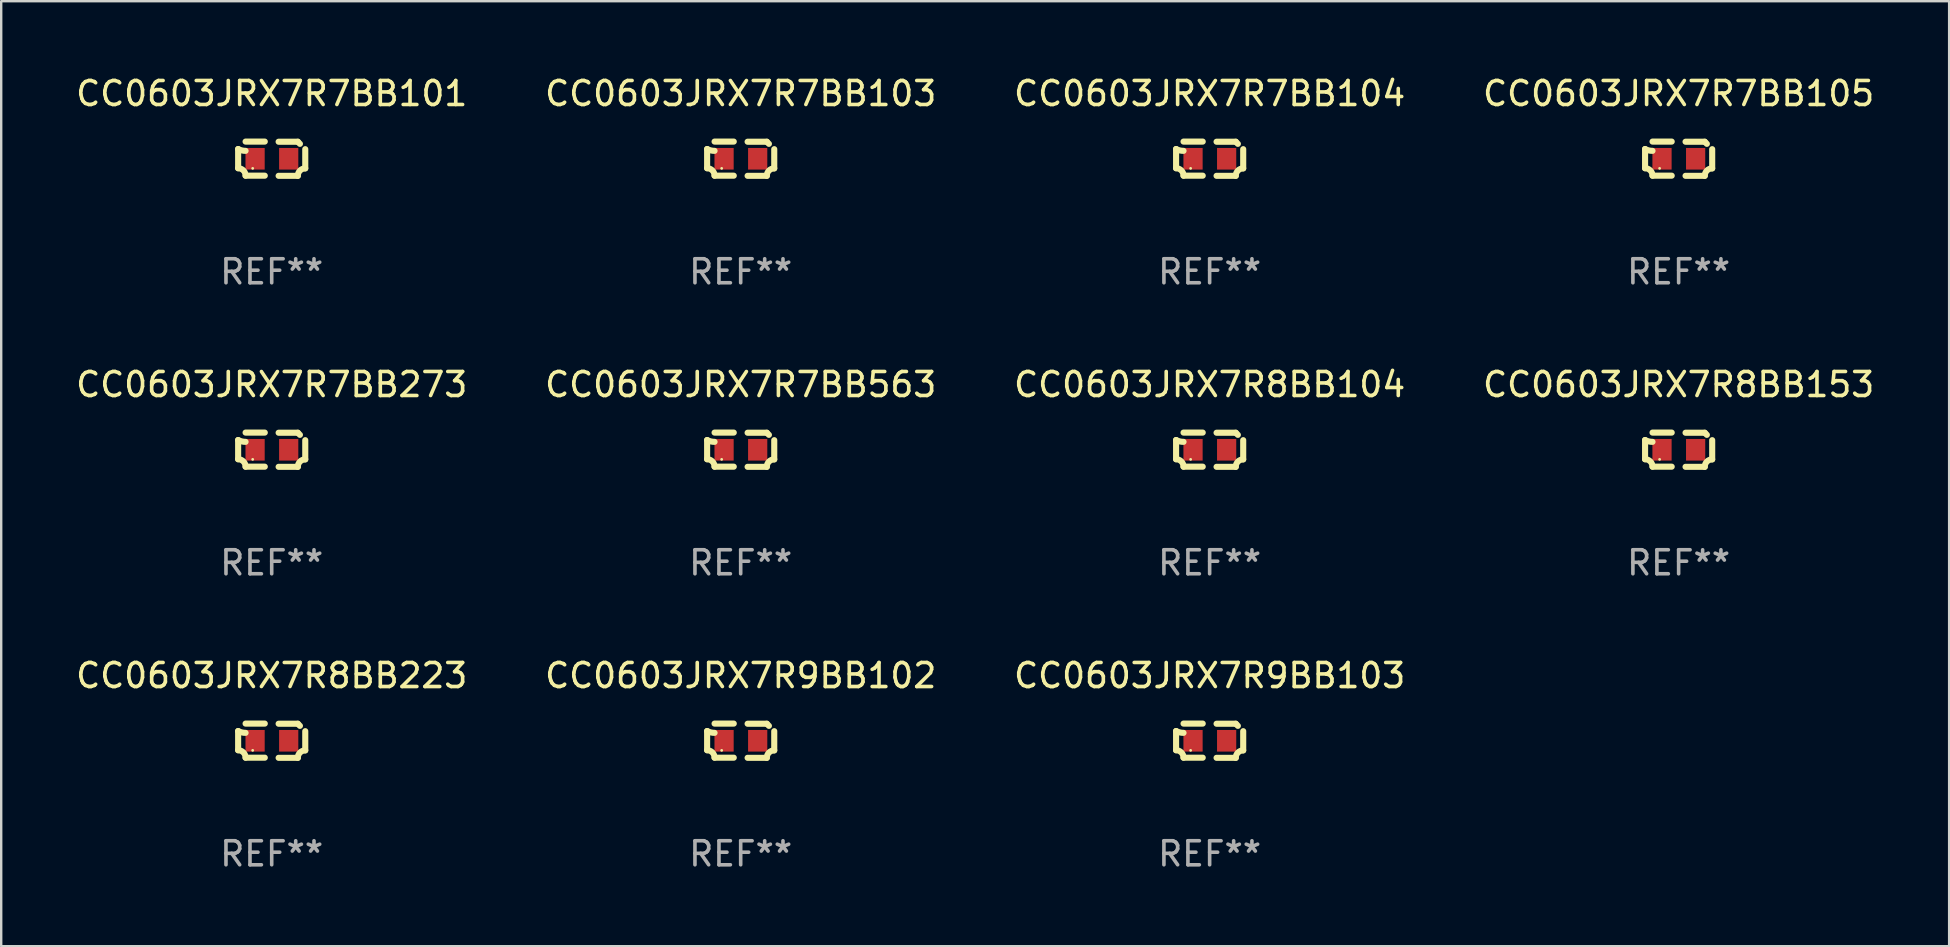
<source format=kicad_pcb>
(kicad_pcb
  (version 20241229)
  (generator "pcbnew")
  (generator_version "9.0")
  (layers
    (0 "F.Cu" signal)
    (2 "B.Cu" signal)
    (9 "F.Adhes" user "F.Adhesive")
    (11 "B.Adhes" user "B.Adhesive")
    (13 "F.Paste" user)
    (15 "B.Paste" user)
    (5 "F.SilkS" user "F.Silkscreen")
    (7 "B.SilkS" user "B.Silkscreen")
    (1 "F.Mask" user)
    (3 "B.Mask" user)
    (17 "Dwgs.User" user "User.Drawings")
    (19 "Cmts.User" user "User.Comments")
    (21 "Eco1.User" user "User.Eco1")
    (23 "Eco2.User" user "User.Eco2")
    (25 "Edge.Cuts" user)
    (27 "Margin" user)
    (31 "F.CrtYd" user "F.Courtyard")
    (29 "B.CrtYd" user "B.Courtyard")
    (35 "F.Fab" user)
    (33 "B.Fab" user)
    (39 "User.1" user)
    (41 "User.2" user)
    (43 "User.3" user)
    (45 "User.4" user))
  (footprint "CC0603JRX7R8BB223"
    (layer "F.Cu")
    (at 8.268 27.805)
    (property "Reference" "CC0603JRX7R8BB223" (at 0 -2.713 0) (layer "F.SilkS") (effects (font (size 1 1) (thickness 0.15))))
    (attr through_hole)
    (fp_line (start -1.398 -0.403) (end -1.398 0.397) (stroke (width 0.254) (type solid)) (layer "F.SilkS"))
    (fp_line (start -0.288 -0.713) (end -1.088 -0.713) (stroke (width 0.254) (type solid)) (layer "F.SilkS"))
    (fp_line (start -0.288 0.707) (end -1.088 0.707) (stroke (width 0.254) (type solid)) (layer "F.SilkS"))
    (fp_line (start 0.288 -0.707) (end 1.088 -0.707) (stroke (width 0.254) (type solid)) (layer "F.SilkS"))
    (fp_line (start 0.288 0.713) (end 1.088 0.713) (stroke (width 0.254) (type solid)) (layer "F.SilkS"))
    (fp_line (start 1.398 -0.397) (end 1.398 0.403) (stroke (width 0.254) (type solid)) (layer "F.SilkS"))
    (fp_arc (start -1.397789 0.397066) (mid -1.178701 0.487826) (end -1.08796 0.706922) (stroke (width 0.254001) (type solid)) (layer "F.SilkS"))
    (fp_arc (start -1.08796 -0.327176) (mid -1.247436 -0.346384) (end -1.39779 -0.402908) (stroke (width 0.254001) (type solid)) (layer "F.SilkS"))
    (fp_arc (start 1.087909 0.712738) (mid 1.178656 0.493655) (end 1.397739 0.402908) (stroke (width 0.254001) (type solid)) (layer "F.SilkS"))
    (fp_arc (start 1.175925 -0.618926) (mid 1.131917 -0.662923) (end 1.08791 -0.706922) (stroke (width 0.254001) (type solid)) (layer "F.SilkS"))
    (fp_circle (center -0.792 0.403) (end -0.762 0.403) (stroke (width 0.06) (type solid)) (fill no) (layer "F.SilkS"))
    (fp_text user "REF**" (at 0 4.713 0) (layer "F.Fab") (effects (font (size 1 1) (thickness 0.15))))
    (pad "1" smd rect (at -0.692 0.003) (size 0.8 0.9) (layers "F.Cu" "F.Mask" "F.Paste"))
    (pad "2" smd rect (at 0.708 0.003) (size 0.8 0.9) (layers "F.Cu" "F.Mask" "F.Paste")))
  (footprint "CC0603JRX7R8BB104"
    (layer "F.Cu")
    (at 47.339 15.683)
    (property "Reference" "CC0603JRX7R8BB104" (at 0 -2.713 0) (layer "F.SilkS") (effects (font (size 1 1) (thickness 0.15))))
    (attr through_hole)
    (fp_line (start -1.398 -0.403) (end -1.398 0.397) (stroke (width 0.254) (type solid)) (layer "F.SilkS"))
    (fp_line (start -0.288 -0.713) (end -1.088 -0.713) (stroke (width 0.254) (type solid)) (layer "F.SilkS"))
    (fp_line (start -0.288 0.707) (end -1.088 0.707) (stroke (width 0.254) (type solid)) (layer "F.SilkS"))
    (fp_line (start 0.288 -0.707) (end 1.088 -0.707) (stroke (width 0.254) (type solid)) (layer "F.SilkS"))
    (fp_line (start 0.288 0.713) (end 1.088 0.713) (stroke (width 0.254) (type solid)) (layer "F.SilkS"))
    (fp_line (start 1.398 -0.397) (end 1.398 0.403) (stroke (width 0.254) (type solid)) (layer "F.SilkS"))
    (fp_arc (start -1.397789 0.397066) (mid -1.178701 0.487826) (end -1.08796 0.706922) (stroke (width 0.254001) (type solid)) (layer "F.SilkS"))
    (fp_arc (start -1.08796 -0.327176) (mid -1.247436 -0.346384) (end -1.39779 -0.402908) (stroke (width 0.254001) (type solid)) (layer "F.SilkS"))
    (fp_arc (start 1.087909 0.712738) (mid 1.178656 0.493655) (end 1.397739 0.402908) (stroke (width 0.254001) (type solid)) (layer "F.SilkS"))
    (fp_arc (start 1.175925 -0.618926) (mid 1.131917 -0.662923) (end 1.08791 -0.706922) (stroke (width 0.254001) (type solid)) (layer "F.SilkS"))
    (fp_circle (center -0.792 0.403) (end -0.762 0.403) (stroke (width 0.06) (type solid)) (fill no) (layer "F.SilkS"))
    (fp_text user "REF**" (at 0 4.713 0) (layer "F.Fab") (effects (font (size 1 1) (thickness 0.15))))
    (pad "1" smd rect (at -0.692 0.003) (size 0.8 0.9) (layers "F.Cu" "F.Mask" "F.Paste"))
    (pad "2" smd rect (at 0.708 0.003) (size 0.8 0.9) (layers "F.Cu" "F.Mask" "F.Paste")))
  (footprint "CC0603JRX7R7BB103"
    (layer "F.Cu")
    (at 27.804 3.561)
    (property "Reference" "CC0603JRX7R7BB103" (at 0 -2.713 0) (layer "F.SilkS") (effects (font (size 1 1) (thickness 0.15))))
    (attr through_hole)
    (fp_line (start -1.398 -0.403) (end -1.398 0.397) (stroke (width 0.254) (type solid)) (layer "F.SilkS"))
    (fp_line (start -0.288 -0.713) (end -1.088 -0.713) (stroke (width 0.254) (type solid)) (layer "F.SilkS"))
    (fp_line (start -0.288 0.707) (end -1.088 0.707) (stroke (width 0.254) (type solid)) (layer "F.SilkS"))
    (fp_line (start 0.288 -0.707) (end 1.088 -0.707) (stroke (width 0.254) (type solid)) (layer "F.SilkS"))
    (fp_line (start 0.288 0.713) (end 1.088 0.713) (stroke (width 0.254) (type solid)) (layer "F.SilkS"))
    (fp_line (start 1.398 -0.397) (end 1.398 0.403) (stroke (width 0.254) (type solid)) (layer "F.SilkS"))
    (fp_arc (start -1.397789 0.397066) (mid -1.178701 0.487826) (end -1.08796 0.706922) (stroke (width 0.254001) (type solid)) (layer "F.SilkS"))
    (fp_arc (start -1.08796 -0.327176) (mid -1.247436 -0.346384) (end -1.39779 -0.402908) (stroke (width 0.254001) (type solid)) (layer "F.SilkS"))
    (fp_arc (start 1.087909 0.712738) (mid 1.178656 0.493655) (end 1.397739 0.402908) (stroke (width 0.254001) (type solid)) (layer "F.SilkS"))
    (fp_arc (start 1.175925 -0.618926) (mid 1.131917 -0.662923) (end 1.08791 -0.706922) (stroke (width 0.254001) (type solid)) (layer "F.SilkS"))
    (fp_circle (center -0.792 0.403) (end -0.762 0.403) (stroke (width 0.06) (type solid)) (fill no) (layer "F.SilkS"))
    (fp_text user "REF**" (at 0 4.713 0) (layer "F.Fab") (effects (font (size 1 1) (thickness 0.15))))
    (pad "1" smd rect (at -0.692 0.003) (size 0.8 0.9) (layers "F.Cu" "F.Mask" "F.Paste"))
    (pad "2" smd rect (at 0.708 0.003) (size 0.8 0.9) (layers "F.Cu" "F.Mask" "F.Paste")))
  (footprint "CC0603JRX7R7BB104"
    (layer "F.Cu")
    (at 47.339 3.561)
    (property "Reference" "CC0603JRX7R7BB104" (at 0 -2.713 0) (layer "F.SilkS") (effects (font (size 1 1) (thickness 0.15))))
    (attr through_hole)
    (fp_line (start -1.398 -0.403) (end -1.398 0.397) (stroke (width 0.254) (type solid)) (layer "F.SilkS"))
    (fp_line (start -0.288 -0.713) (end -1.088 -0.713) (stroke (width 0.254) (type solid)) (layer "F.SilkS"))
    (fp_line (start -0.288 0.707) (end -1.088 0.707) (stroke (width 0.254) (type solid)) (layer "F.SilkS"))
    (fp_line (start 0.288 -0.707) (end 1.088 -0.707) (stroke (width 0.254) (type solid)) (layer "F.SilkS"))
    (fp_line (start 0.288 0.713) (end 1.088 0.713) (stroke (width 0.254) (type solid)) (layer "F.SilkS"))
    (fp_line (start 1.398 -0.397) (end 1.398 0.403) (stroke (width 0.254) (type solid)) (layer "F.SilkS"))
    (fp_arc (start -1.397789 0.397066) (mid -1.178701 0.487826) (end -1.08796 0.706922) (stroke (width 0.254001) (type solid)) (layer "F.SilkS"))
    (fp_arc (start -1.08796 -0.327176) (mid -1.247436 -0.346384) (end -1.39779 -0.402908) (stroke (width 0.254001) (type solid)) (layer "F.SilkS"))
    (fp_arc (start 1.087909 0.712738) (mid 1.178656 0.493655) (end 1.397739 0.402908) (stroke (width 0.254001) (type solid)) (layer "F.SilkS"))
    (fp_arc (start 1.175925 -0.618926) (mid 1.131917 -0.662923) (end 1.08791 -0.706922) (stroke (width 0.254001) (type solid)) (layer "F.SilkS"))
    (fp_circle (center -0.792 0.403) (end -0.762 0.403) (stroke (width 0.06) (type solid)) (fill no) (layer "F.SilkS"))
    (fp_text user "REF**" (at 0 4.713 0) (layer "F.Fab") (effects (font (size 1 1) (thickness 0.15))))
    (pad "1" smd rect (at -0.692 0.003) (size 0.8 0.9) (layers "F.Cu" "F.Mask" "F.Paste"))
    (pad "2" smd rect (at 0.708 0.003) (size 0.8 0.9) (layers "F.Cu" "F.Mask" "F.Paste")))
  (footprint "CC0603JRX7R9BB103"
    (layer "F.Cu")
    (at 47.339 27.805)
    (property "Reference" "CC0603JRX7R9BB103" (at 0 -2.713 0) (layer "F.SilkS") (effects (font (size 1 1) (thickness 0.15))))
    (attr through_hole)
    (fp_line (start -1.398 -0.403) (end -1.398 0.397) (stroke (width 0.254) (type solid)) (layer "F.SilkS"))
    (fp_line (start -0.288 -0.713) (end -1.088 -0.713) (stroke (width 0.254) (type solid)) (layer "F.SilkS"))
    (fp_line (start -0.288 0.707) (end -1.088 0.707) (stroke (width 0.254) (type solid)) (layer "F.SilkS"))
    (fp_line (start 0.288 -0.707) (end 1.088 -0.707) (stroke (width 0.254) (type solid)) (layer "F.SilkS"))
    (fp_line (start 0.288 0.713) (end 1.088 0.713) (stroke (width 0.254) (type solid)) (layer "F.SilkS"))
    (fp_line (start 1.398 -0.397) (end 1.398 0.403) (stroke (width 0.254) (type solid)) (layer "F.SilkS"))
    (fp_arc (start -1.397789 0.397066) (mid -1.178701 0.487826) (end -1.08796 0.706922) (stroke (width 0.254001) (type solid)) (layer "F.SilkS"))
    (fp_arc (start -1.08796 -0.327176) (mid -1.247436 -0.346384) (end -1.39779 -0.402908) (stroke (width 0.254001) (type solid)) (layer "F.SilkS"))
    (fp_arc (start 1.087909 0.712738) (mid 1.178656 0.493655) (end 1.397739 0.402908) (stroke (width 0.254001) (type solid)) (layer "F.SilkS"))
    (fp_arc (start 1.175925 -0.618926) (mid 1.131917 -0.662923) (end 1.08791 -0.706922) (stroke (width 0.254001) (type solid)) (layer "F.SilkS"))
    (fp_circle (center -0.792 0.403) (end -0.762 0.403) (stroke (width 0.06) (type solid)) (fill no) (layer "F.SilkS"))
    (fp_text user "REF**" (at 0 4.713 0) (layer "F.Fab") (effects (font (size 1 1) (thickness 0.15))))
    (pad "1" smd rect (at -0.692 0.003) (size 0.8 0.9) (layers "F.Cu" "F.Mask" "F.Paste"))
    (pad "2" smd rect (at 0.708 0.003) (size 0.8 0.9) (layers "F.Cu" "F.Mask" "F.Paste")))
  (footprint "CC0603JRX7R7BB563"
    (layer "F.Cu")
    (at 27.804 15.683)
    (property "Reference" "CC0603JRX7R7BB563" (at 0 -2.713 0) (layer "F.SilkS") (effects (font (size 1 1) (thickness 0.15))))
    (attr through_hole)
    (fp_line (start -1.398 -0.403) (end -1.398 0.397) (stroke (width 0.254) (type solid)) (layer "F.SilkS"))
    (fp_line (start -0.288 -0.713) (end -1.088 -0.713) (stroke (width 0.254) (type solid)) (layer "F.SilkS"))
    (fp_line (start -0.288 0.707) (end -1.088 0.707) (stroke (width 0.254) (type solid)) (layer "F.SilkS"))
    (fp_line (start 0.288 -0.707) (end 1.088 -0.707) (stroke (width 0.254) (type solid)) (layer "F.SilkS"))
    (fp_line (start 0.288 0.713) (end 1.088 0.713) (stroke (width 0.254) (type solid)) (layer "F.SilkS"))
    (fp_line (start 1.398 -0.397) (end 1.398 0.403) (stroke (width 0.254) (type solid)) (layer "F.SilkS"))
    (fp_arc (start -1.397789 0.397066) (mid -1.178701 0.487826) (end -1.08796 0.706922) (stroke (width 0.254001) (type solid)) (layer "F.SilkS"))
    (fp_arc (start -1.08796 -0.327176) (mid -1.247436 -0.346384) (end -1.39779 -0.402908) (stroke (width 0.254001) (type solid)) (layer "F.SilkS"))
    (fp_arc (start 1.087909 0.712738) (mid 1.178656 0.493655) (end 1.397739 0.402908) (stroke (width 0.254001) (type solid)) (layer "F.SilkS"))
    (fp_arc (start 1.175925 -0.618926) (mid 1.131917 -0.662923) (end 1.08791 -0.706922) (stroke (width 0.254001) (type solid)) (layer "F.SilkS"))
    (fp_circle (center -0.792 0.403) (end -0.762 0.403) (stroke (width 0.06) (type solid)) (fill no) (layer "F.SilkS"))
    (fp_text user "REF**" (at 0 4.713 0) (layer "F.Fab") (effects (font (size 1 1) (thickness 0.15))))
    (pad "1" smd rect (at -0.692 0.003) (size 0.8 0.9) (layers "F.Cu" "F.Mask" "F.Paste"))
    (pad "2" smd rect (at 0.708 0.003) (size 0.8 0.9) (layers "F.Cu" "F.Mask" "F.Paste")))
  (footprint "CC0603JRX7R8BB153"
    (layer "F.Cu")
    (at 66.875 15.683)
    (property "Reference" "CC0603JRX7R8BB153" (at 0 -2.713 0) (layer "F.SilkS") (effects (font (size 1 1) (thickness 0.15))))
    (attr through_hole)
    (fp_line (start -1.398 -0.403) (end -1.398 0.397) (stroke (width 0.254) (type solid)) (layer "F.SilkS"))
    (fp_line (start -0.288 -0.713) (end -1.088 -0.713) (stroke (width 0.254) (type solid)) (layer "F.SilkS"))
    (fp_line (start -0.288 0.707) (end -1.088 0.707) (stroke (width 0.254) (type solid)) (layer "F.SilkS"))
    (fp_line (start 0.288 -0.707) (end 1.088 -0.707) (stroke (width 0.254) (type solid)) (layer "F.SilkS"))
    (fp_line (start 0.288 0.713) (end 1.088 0.713) (stroke (width 0.254) (type solid)) (layer "F.SilkS"))
    (fp_line (start 1.398 -0.397) (end 1.398 0.403) (stroke (width 0.254) (type solid)) (layer "F.SilkS"))
    (fp_arc (start -1.397789 0.397066) (mid -1.178701 0.487826) (end -1.08796 0.706922) (stroke (width 0.254001) (type solid)) (layer "F.SilkS"))
    (fp_arc (start -1.08796 -0.327176) (mid -1.247436 -0.346384) (end -1.39779 -0.402908) (stroke (width 0.254001) (type solid)) (layer "F.SilkS"))
    (fp_arc (start 1.087909 0.712738) (mid 1.178656 0.493655) (end 1.397739 0.402908) (stroke (width 0.254001) (type solid)) (layer "F.SilkS"))
    (fp_arc (start 1.175925 -0.618926) (mid 1.131917 -0.662923) (end 1.08791 -0.706922) (stroke (width 0.254001) (type solid)) (layer "F.SilkS"))
    (fp_circle (center -0.792 0.403) (end -0.762 0.403) (stroke (width 0.06) (type solid)) (fill no) (layer "F.SilkS"))
    (fp_text user "REF**" (at 0 4.713 0) (layer "F.Fab") (effects (font (size 1 1) (thickness 0.15))))
    (pad "1" smd rect (at -0.692 0.003) (size 0.8 0.9) (layers "F.Cu" "F.Mask" "F.Paste"))
    (pad "2" smd rect (at 0.708 0.003) (size 0.8 0.9) (layers "F.Cu" "F.Mask" "F.Paste")))
  (footprint "CC0603JRX7R7BB273"
    (layer "F.Cu")
    (at 8.268 15.683)
    (property "Reference" "CC0603JRX7R7BB273" (at 0 -2.713 0) (layer "F.SilkS") (effects (font (size 1 1) (thickness 0.15))))
    (attr through_hole)
    (fp_line (start -1.398 -0.403) (end -1.398 0.397) (stroke (width 0.254) (type solid)) (layer "F.SilkS"))
    (fp_line (start -0.288 -0.713) (end -1.088 -0.713) (stroke (width 0.254) (type solid)) (layer "F.SilkS"))
    (fp_line (start -0.288 0.707) (end -1.088 0.707) (stroke (width 0.254) (type solid)) (layer "F.SilkS"))
    (fp_line (start 0.288 -0.707) (end 1.088 -0.707) (stroke (width 0.254) (type solid)) (layer "F.SilkS"))
    (fp_line (start 0.288 0.713) (end 1.088 0.713) (stroke (width 0.254) (type solid)) (layer "F.SilkS"))
    (fp_line (start 1.398 -0.397) (end 1.398 0.403) (stroke (width 0.254) (type solid)) (layer "F.SilkS"))
    (fp_arc (start -1.397789 0.397066) (mid -1.178701 0.487826) (end -1.08796 0.706922) (stroke (width 0.254001) (type solid)) (layer "F.SilkS"))
    (fp_arc (start -1.08796 -0.327176) (mid -1.247436 -0.346384) (end -1.39779 -0.402908) (stroke (width 0.254001) (type solid)) (layer "F.SilkS"))
    (fp_arc (start 1.087909 0.712738) (mid 1.178656 0.493655) (end 1.397739 0.402908) (stroke (width 0.254001) (type solid)) (layer "F.SilkS"))
    (fp_arc (start 1.175925 -0.618926) (mid 1.131917 -0.662923) (end 1.08791 -0.706922) (stroke (width 0.254001) (type solid)) (layer "F.SilkS"))
    (fp_circle (center -0.792 0.403) (end -0.762 0.403) (stroke (width 0.06) (type solid)) (fill no) (layer "F.SilkS"))
    (fp_text user "REF**" (at 0 4.713 0) (layer "F.Fab") (effects (font (size 1 1) (thickness 0.15))))
    (pad "1" smd rect (at -0.692 0.003) (size 0.8 0.9) (layers "F.Cu" "F.Mask" "F.Paste"))
    (pad "2" smd rect (at 0.708 0.003) (size 0.8 0.9) (layers "F.Cu" "F.Mask" "F.Paste")))
  (footprint "CC0603JRX7R7BB101"
    (layer "F.Cu")
    (at 8.268 3.561)
    (property "Reference" "CC0603JRX7R7BB101" (at 0 -2.713 0) (layer "F.SilkS") (effects (font (size 1 1) (thickness 0.15))))
    (attr through_hole)
    (fp_line (start -1.398 -0.403) (end -1.398 0.397) (stroke (width 0.254) (type solid)) (layer "F.SilkS"))
    (fp_line (start -0.288 -0.713) (end -1.088 -0.713) (stroke (width 0.254) (type solid)) (layer "F.SilkS"))
    (fp_line (start -0.288 0.707) (end -1.088 0.707) (stroke (width 0.254) (type solid)) (layer "F.SilkS"))
    (fp_line (start 0.288 -0.707) (end 1.088 -0.707) (stroke (width 0.254) (type solid)) (layer "F.SilkS"))
    (fp_line (start 0.288 0.713) (end 1.088 0.713) (stroke (width 0.254) (type solid)) (layer "F.SilkS"))
    (fp_line (start 1.398 -0.397) (end 1.398 0.403) (stroke (width 0.254) (type solid)) (layer "F.SilkS"))
    (fp_arc (start -1.397789 0.397066) (mid -1.178701 0.487826) (end -1.08796 0.706922) (stroke (width 0.254001) (type solid)) (layer "F.SilkS"))
    (fp_arc (start -1.08796 -0.327176) (mid -1.247436 -0.346384) (end -1.39779 -0.402908) (stroke (width 0.254001) (type solid)) (layer "F.SilkS"))
    (fp_arc (start 1.087909 0.712738) (mid 1.178656 0.493655) (end 1.397739 0.402908) (stroke (width 0.254001) (type solid)) (layer "F.SilkS"))
    (fp_arc (start 1.175925 -0.618926) (mid 1.131917 -0.662923) (end 1.08791 -0.706922) (stroke (width 0.254001) (type solid)) (layer "F.SilkS"))
    (fp_circle (center -0.792 0.403) (end -0.762 0.403) (stroke (width 0.06) (type solid)) (fill no) (layer "F.SilkS"))
    (fp_text user "REF**" (at 0 4.713 0) (layer "F.Fab") (effects (font (size 1 1) (thickness 0.15))))
    (pad "1" smd rect (at -0.692 0.003) (size 0.8 0.9) (layers "F.Cu" "F.Mask" "F.Paste"))
    (pad "2" smd rect (at 0.708 0.003) (size 0.8 0.9) (layers "F.Cu" "F.Mask" "F.Paste")))
  (footprint "CC0603JRX7R9BB102"
    (layer "F.Cu")
    (at 27.804 27.805)
    (property "Reference" "CC0603JRX7R9BB102" (at 0 -2.713 0) (layer "F.SilkS") (effects (font (size 1 1) (thickness 0.15))))
    (attr through_hole)
    (fp_line (start -1.398 -0.403) (end -1.398 0.397) (stroke (width 0.254) (type solid)) (layer "F.SilkS"))
    (fp_line (start -0.288 -0.713) (end -1.088 -0.713) (stroke (width 0.254) (type solid)) (layer "F.SilkS"))
    (fp_line (start -0.288 0.707) (end -1.088 0.707) (stroke (width 0.254) (type solid)) (layer "F.SilkS"))
    (fp_line (start 0.288 -0.707) (end 1.088 -0.707) (stroke (width 0.254) (type solid)) (layer "F.SilkS"))
    (fp_line (start 0.288 0.713) (end 1.088 0.713) (stroke (width 0.254) (type solid)) (layer "F.SilkS"))
    (fp_line (start 1.398 -0.397) (end 1.398 0.403) (stroke (width 0.254) (type solid)) (layer "F.SilkS"))
    (fp_arc (start -1.397789 0.397066) (mid -1.178701 0.487826) (end -1.08796 0.706922) (stroke (width 0.254001) (type solid)) (layer "F.SilkS"))
    (fp_arc (start -1.08796 -0.327176) (mid -1.247436 -0.346384) (end -1.39779 -0.402908) (stroke (width 0.254001) (type solid)) (layer "F.SilkS"))
    (fp_arc (start 1.087909 0.712738) (mid 1.178656 0.493655) (end 1.397739 0.402908) (stroke (width 0.254001) (type solid)) (layer "F.SilkS"))
    (fp_arc (start 1.175925 -0.618926) (mid 1.131917 -0.662923) (end 1.08791 -0.706922) (stroke (width 0.254001) (type solid)) (layer "F.SilkS"))
    (fp_circle (center -0.792 0.403) (end -0.762 0.403) (stroke (width 0.06) (type solid)) (fill no) (layer "F.SilkS"))
    (fp_text user "REF**" (at 0 4.713 0) (layer "F.Fab") (effects (font (size 1 1) (thickness 0.15))))
    (pad "1" smd rect (at -0.692 0.003) (size 0.8 0.9) (layers "F.Cu" "F.Mask" "F.Paste"))
    (pad "2" smd rect (at 0.708 0.003) (size 0.8 0.9) (layers "F.Cu" "F.Mask" "F.Paste")))
  (footprint "CC0603JRX7R7BB105"
    (layer "F.Cu")
    (at 66.875 3.561)
    (property "Reference" "CC0603JRX7R7BB105" (at 0 -2.713 0) (layer "F.SilkS") (effects (font (size 1 1) (thickness 0.15))))
    (attr through_hole)
    (fp_line (start -1.398 -0.403) (end -1.398 0.397) (stroke (width 0.254) (type solid)) (layer "F.SilkS"))
    (fp_line (start -0.288 -0.713) (end -1.088 -0.713) (stroke (width 0.254) (type solid)) (layer "F.SilkS"))
    (fp_line (start -0.288 0.707) (end -1.088 0.707) (stroke (width 0.254) (type solid)) (layer "F.SilkS"))
    (fp_line (start 0.288 -0.707) (end 1.088 -0.707) (stroke (width 0.254) (type solid)) (layer "F.SilkS"))
    (fp_line (start 0.288 0.713) (end 1.088 0.713) (stroke (width 0.254) (type solid)) (layer "F.SilkS"))
    (fp_line (start 1.398 -0.397) (end 1.398 0.403) (stroke (width 0.254) (type solid)) (layer "F.SilkS"))
    (fp_arc (start -1.397789 0.397066) (mid -1.178701 0.487826) (end -1.08796 0.706922) (stroke (width 0.254001) (type solid)) (layer "F.SilkS"))
    (fp_arc (start -1.08796 -0.327176) (mid -1.247436 -0.346384) (end -1.39779 -0.402908) (stroke (width 0.254001) (type solid)) (layer "F.SilkS"))
    (fp_arc (start 1.087909 0.712738) (mid 1.178656 0.493655) (end 1.397739 0.402908) (stroke (width 0.254001) (type solid)) (layer "F.SilkS"))
    (fp_arc (start 1.175925 -0.618926) (mid 1.131917 -0.662923) (end 1.08791 -0.706922) (stroke (width 0.254001) (type solid)) (layer "F.SilkS"))
    (fp_circle (center -0.792 0.403) (end -0.762 0.403) (stroke (width 0.06) (type solid)) (fill no) (layer "F.SilkS"))
    (fp_text user "REF**" (at 0 4.713 0) (layer "F.Fab") (effects (font (size 1 1) (thickness 0.15))))
    (pad "1" smd rect (at -0.692 0.003) (size 0.8 0.9) (layers "F.Cu" "F.Mask" "F.Paste"))
    (pad "2" smd rect (at 0.708 0.003) (size 0.8 0.9) (layers "F.Cu" "F.Mask" "F.Paste")))
  (gr_rect
    (start -3 -3)
    (end 78.143 36.366)
    (stroke (width 0.1) (type default))
    (fill no)
    (layer "Edge.Cuts")))
</source>
